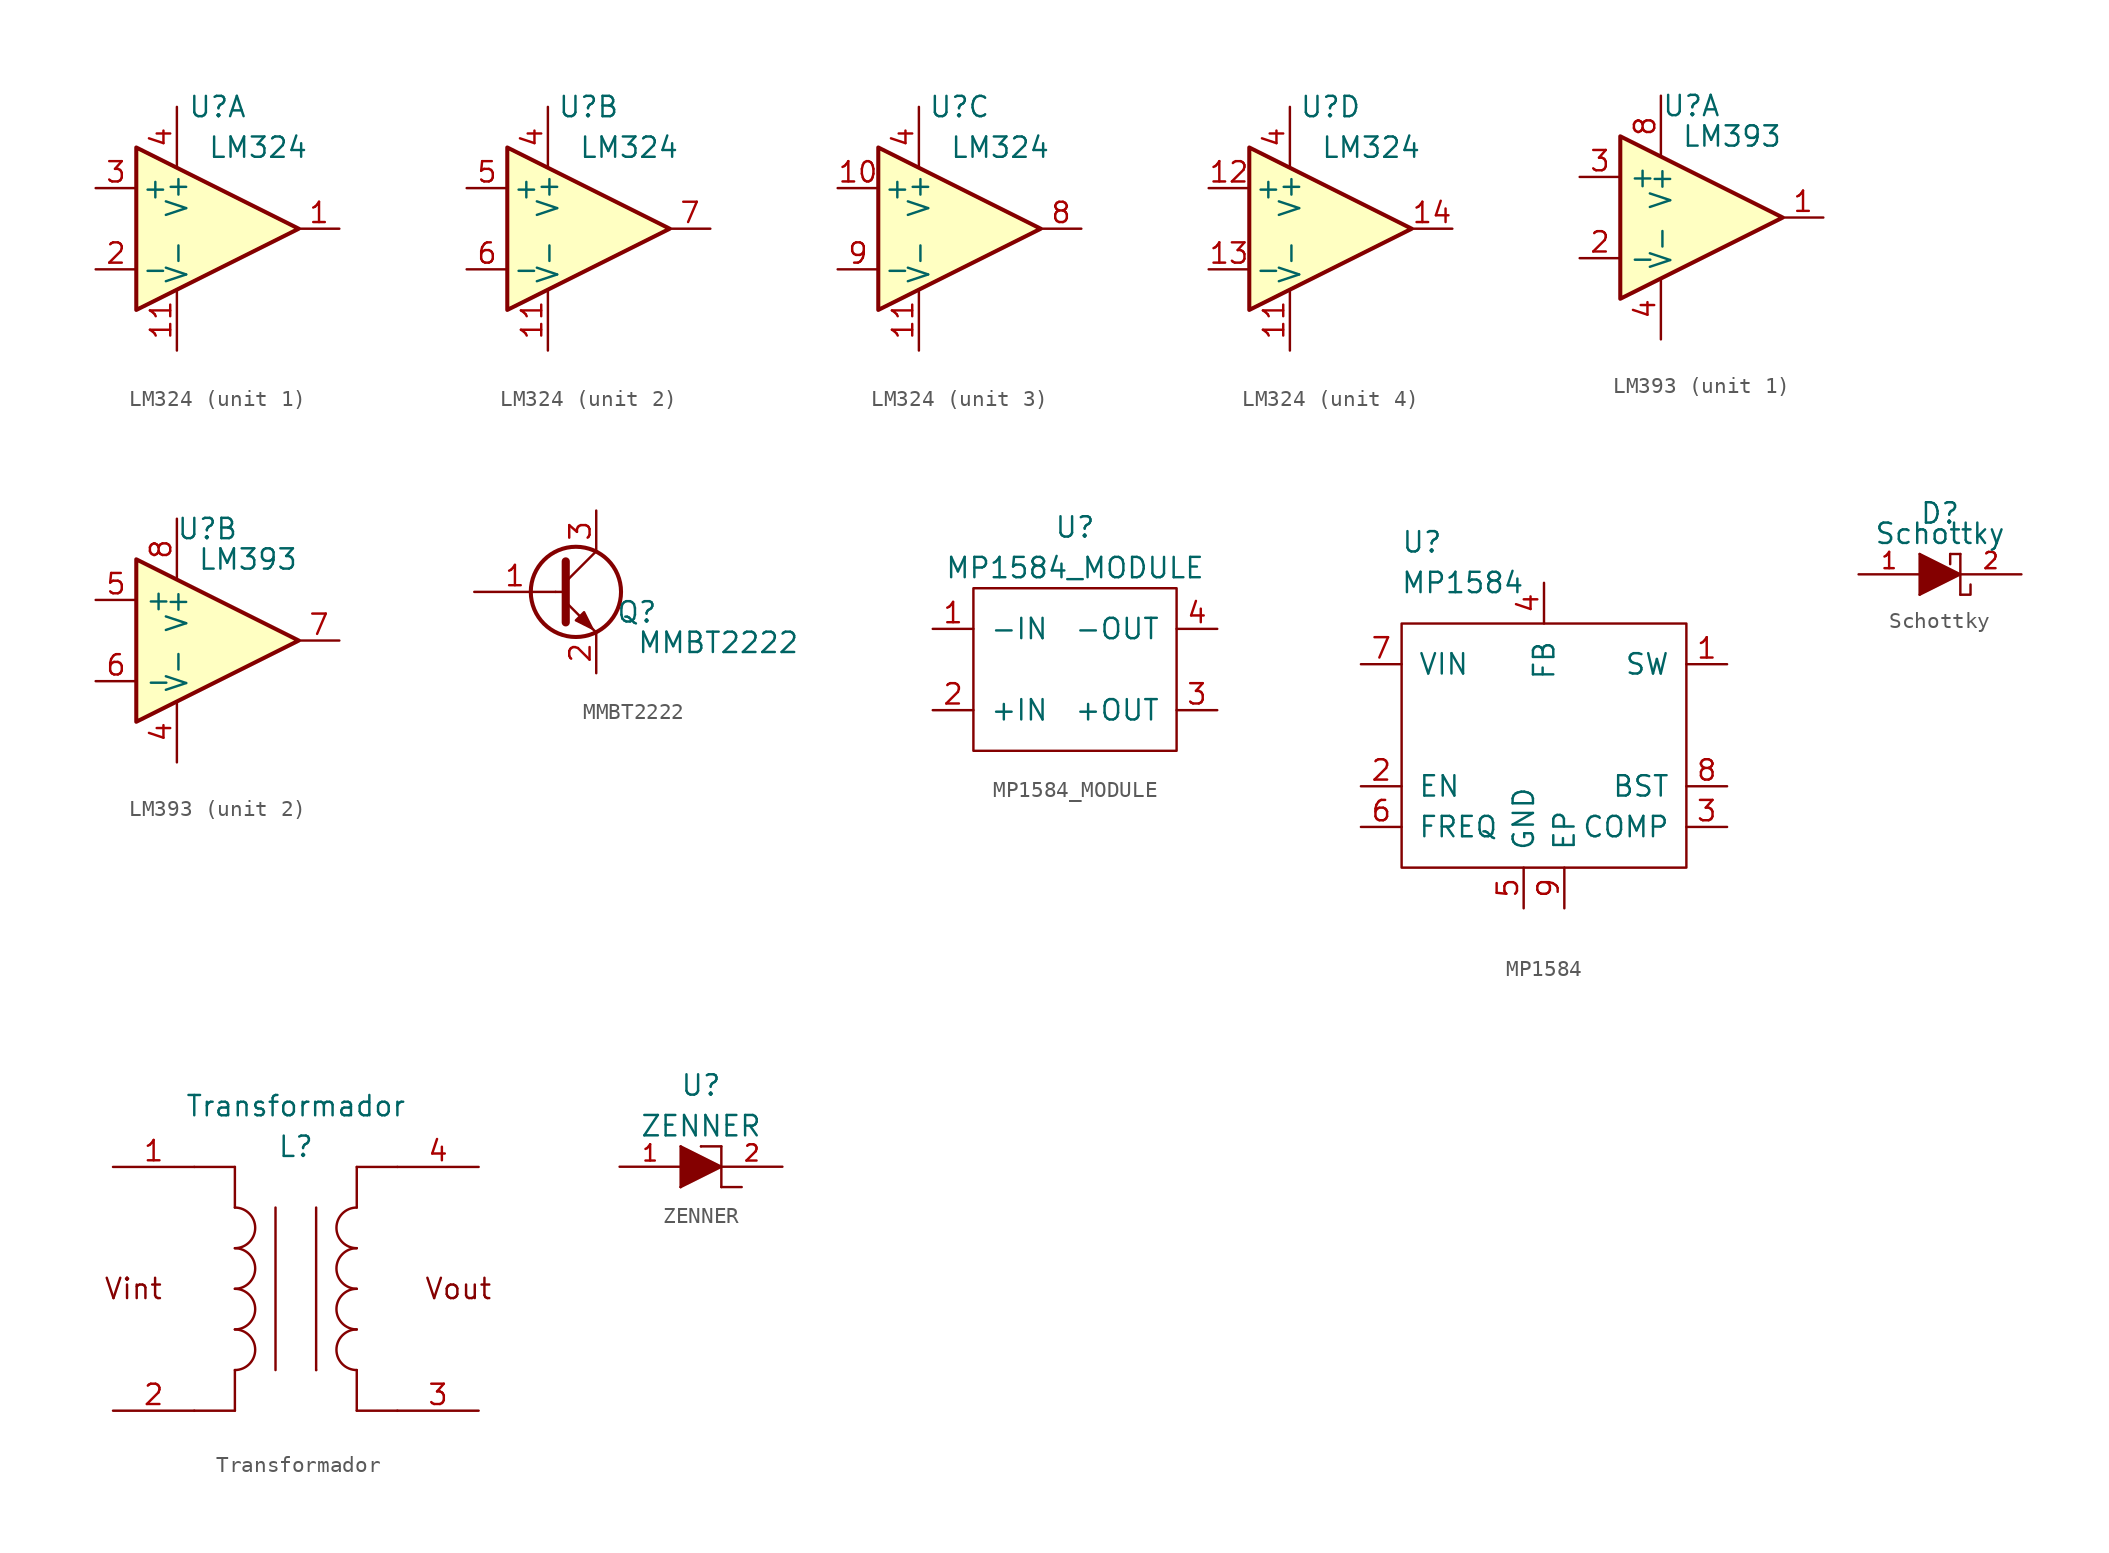
<source format=kicad_sym>
(kicad_symbol_lib
  (version 20211014)
  (generator kicad_symbol_editor)
  (symbol "LM324"
    (pin_names
      (offset 0.305))
    (property "Reference" "U"
      (at 0 7.62 0)
      (effects (font (size 1.27 1.27))))
    (property "Value" "LM324"
      (at 2.54 5.08 0)
      (effects (font (size 1.27 1.27))))
    (symbol "LM324_1_1"
      (polyline (pts (xy -5.08 5.08) (xy 5.08 0) (xy -5.08 -5.08) (xy -5.08 5.08)) (stroke (width 0.254) (type default) (color 0 0 0 0)) (fill (type background)))
      (pin output line (at 7.62 0 180) (length 2.54) (name "~" (effects (font (size 1.27 1.27)))) (number "1" (effects (font (size 1.27 1.27)))))
      (pin passive line (at -2.54 -7.62 90) (length 3.81) (name "V-" (effects (font (size 1.27 1.27)))) (number "11" (effects (font (size 1.27 1.27)))))
      (pin input line (at -7.62 -2.54 0) (length 2.54) (name "-" (effects (font (size 1.27 1.27)))) (number "2" (effects (font (size 1.27 1.27)))))
      (pin input line (at -7.62 2.54 0) (length 2.54) (name "+" (effects (font (size 1.27 1.27)))) (number "3" (effects (font (size 1.27 1.27)))))
      (pin passive line (at -2.54 7.62 270) (length 3.81) (name "V+" (effects (font (size 1.27 1.27)))) (number "4" (effects (font (size 1.27 1.27))))))
    (symbol "LM324_2_1"
      (polyline (pts (xy -5.08 5.08) (xy 5.08 0) (xy -5.08 -5.08) (xy -5.08 5.08)) (stroke (width 0.254) (type default) (color 0 0 0 0)) (fill (type background)))
      (pin passive line (at -2.54 -7.62 90) (length 3.81) (name "V-" (effects (font (size 1.27 1.27)))) (number "11" (effects (font (size 1.27 1.27)))))
      (pin passive line (at -2.54 7.62 270) (length 3.81) (name "V+" (effects (font (size 1.27 1.27)))) (number "4" (effects (font (size 1.27 1.27)))))
      (pin input line (at -7.62 2.54 0) (length 2.54) (name "+" (effects (font (size 1.27 1.27)))) (number "5" (effects (font (size 1.27 1.27)))))
      (pin input line (at -7.62 -2.54 0) (length 2.54) (name "-" (effects (font (size 1.27 1.27)))) (number "6" (effects (font (size 1.27 1.27)))))
      (pin output line (at 7.62 0 180) (length 2.54) (name "~" (effects (font (size 1.27 1.27)))) (number "7" (effects (font (size 1.27 1.27))))))
    (symbol "LM324_3_1"
      (polyline (pts (xy -5.08 5.08) (xy 5.08 0) (xy -5.08 -5.08) (xy -5.08 5.08)) (stroke (width 0.254) (type default) (color 0 0 0 0)) (fill (type background)))
      (pin input line (at -7.62 2.54 0) (length 2.54) (name "+" (effects (font (size 1.27 1.27)))) (number "10" (effects (font (size 1.27 1.27)))))
      (pin passive line (at -2.54 -7.62 90) (length 3.81) (name "V-" (effects (font (size 1.27 1.27)))) (number "11" (effects (font (size 1.27 1.27)))))
      (pin passive line (at -2.54 7.62 270) (length 3.81) (name "V+" (effects (font (size 1.27 1.27)))) (number "4" (effects (font (size 1.27 1.27)))))
      (pin output line (at 7.62 0 180) (length 2.54) (name "~" (effects (font (size 1.27 1.27)))) (number "8" (effects (font (size 1.27 1.27)))))
      (pin input line (at -7.62 -2.54 0) (length 2.54) (name "-" (effects (font (size 1.27 1.27)))) (number "9" (effects (font (size 1.27 1.27))))))
    (symbol "LM324_4_1"
      (polyline (pts (xy -5.08 5.08) (xy 5.08 0) (xy -5.08 -5.08) (xy -5.08 5.08)) (stroke (width 0.254) (type default) (color 0 0 0 0)) (fill (type background)))
      (pin passive line (at -2.54 -7.62 90) (length 3.81) (name "V-" (effects (font (size 1.27 1.27)))) (number "11" (effects (font (size 1.27 1.27)))))
      (pin input line (at -7.62 2.54 0) (length 2.54) (name "+" (effects (font (size 1.27 1.27)))) (number "12" (effects (font (size 1.27 1.27)))))
      (pin input line (at -7.62 -2.54 0) (length 2.54) (name "-" (effects (font (size 1.27 1.27)))) (number "13" (effects (font (size 1.27 1.27)))))
      (pin output line (at 7.62 0 180) (length 2.54) (name "~" (effects (font (size 1.27 1.27)))) (number "14" (effects (font (size 1.27 1.27)))))
      (pin passive line (at -2.54 7.62 270) (length 3.81) (name "V+" (effects (font (size 1.27 1.27)))) (number "4" (effects (font (size 1.27 1.27)))))))
  (symbol "LM393"
    (property "Reference" "U"
      (at 1.905 6.985 0)
      (effects (font (size 1.27 1.27))))
    (property "Value" "LM393"
      (at 4.445 5.08 0)
      (effects (font (size 1.27 1.27))))
    (symbol "LM393_1_1"
      (polyline (pts (xy -2.54 5.08) (xy 7.62 0) (xy -2.54 -5.08) (xy -2.54 5.08)) (stroke (width 0.254) (type default) (color 0 0 0 0)) (fill (type background)))
      (pin output line (at 10.16 0 180) (length 2.54) (name "~" (effects (font (size 1.27 1.27)))) (number "1" (effects (font (size 1.27 1.27)))))
      (pin input line (at -5.08 -2.54 0) (length 2.54) (name "-" (effects (font (size 1.27 1.27)))) (number "2" (effects (font (size 1.27 1.27)))))
      (pin input line (at -5.08 2.54 0) (length 2.54) (name "+" (effects (font (size 1.27 1.27)))) (number "3" (effects (font (size 1.27 1.27)))))
      (pin passive line (at 0 -7.62 90) (length 3.81) (name "V-" (effects (font (size 1.27 1.27)))) (number "4" (effects (font (size 1.27 1.27)))))
      (pin passive line (at 0 7.62 270) (length 3.81) (name "V+" (effects (font (size 1.27 1.27)))) (number "8" (effects (font (size 1.27 1.27))))))
    (symbol "LM393_2_1"
      (polyline (pts (xy -2.54 5.08) (xy 7.62 0) (xy -2.54 -5.08) (xy -2.54 5.08)) (stroke (width 0.254) (type default) (color 0 0 0 0)) (fill (type background)))
      (pin passive line (at 0 -7.62 90) (length 3.81) (name "V-" (effects (font (size 1.27 1.27)))) (number "4" (effects (font (size 1.27 1.27)))))
      (pin input line (at -5.08 2.54 0) (length 2.54) (name "+" (effects (font (size 1.27 1.27)))) (number "5" (effects (font (size 1.27 1.27)))))
      (pin input line (at -5.08 -2.54 0) (length 2.54) (name "-" (effects (font (size 1.27 1.27)))) (number "6" (effects (font (size 1.27 1.27)))))
      (pin output line (at 10.16 0 180) (length 2.54) (name "~" (effects (font (size 1.27 1.27)))) (number "7" (effects (font (size 1.27 1.27)))))
      (pin passive line (at 0 7.62 270) (length 3.81) (name "V+" (effects (font (size 1.27 1.27)))) (number "8" (effects (font (size 1.27 1.27)))))))
  (symbol "MMBT2222"
    (pin_names hide)
    (property "Reference" "Q"
      (at 3.81 -1.27 0)
      (effects (font (size 1.27 1.27))))
    (property "Value" "MMBT2222"
      (at 8.89 -3.175 0)
      (effects (font (size 1.27 1.27))))
    (symbol "MMBT2222_0_1"
      (polyline (pts (xy -1.27 0) (xy -0.635 0)) (stroke (width 0) (type default) (color 0 0 0 0)) (fill (type none)))
      (polyline (pts (xy -0.635 0.635) (xy 1.27 2.54)) (stroke (width 0) (type default) (color 0 0 0 0)) (fill (type none)))
      (polyline (pts (xy -0.635 -0.635) (xy 1.27 -2.54) (xy 1.27 -2.54)) (stroke (width 0) (type default) (color 0 0 0 0)) (fill (type none)))
      (polyline (pts (xy -0.635 1.905) (xy -0.635 -1.905) (xy -0.635 -1.905)) (stroke (width 0.508) (type default) (color 0 0 0 0)) (fill (type none)))
      (polyline (pts (xy 0 -1.778) (xy 0.508 -1.27) (xy 1.016 -2.286) (xy 0 -1.778) (xy 0 -1.778)) (stroke (width 0) (type default) (color 0 0 0 0)) (fill (type outline)))
      (circle (center 0 0) (radius 2.819) (stroke (width 0.254) (type default) (color 0 0 0 0)) (fill (type none))))
    (symbol "MMBT2222_1_1"
      (pin input line (at -6.35 0 0) (length 5.08) (name "B" (effects (font (size 1.27 1.27)))) (number "1" (effects (font (size 1.27 1.27)))))
      (pin passive line (at 1.27 -5.08 90) (length 2.54) (name "E" (effects (font (size 1.27 1.27)))) (number "2" (effects (font (size 1.27 1.27)))))
      (pin passive line (at 1.27 5.08 270) (length 2.54) (name "C" (effects (font (size 1.27 1.27)))) (number "3" (effects (font (size 1.27 1.27)))))))
  (symbol "MP1584_MODULE"
    (pin_names
      (offset 1.016))
    (property "Reference" "U"
      (at 0 8.89 0)
      (effects (font (size 1.27 1.27))))
    (property "Value" "MP1584_MODULE"
      (at 0 6.35 0)
      (effects (font (size 1.27 1.27))))
    (symbol "MP1584_MODULE_0_1"
      (rectangle (start -6.35 5.08) (end 6.35 -5.08) (stroke (width 0) (type default) (color 0 0 0 0)) (fill (type none))))
    (symbol "MP1584_MODULE_1_1"
      (pin power_in line (at -8.89 2.54 0) (length 2.54) (name "-IN" (effects (font (size 1.27 1.27)))) (number "1" (effects (font (size 1.27 1.27)))))
      (pin power_in line (at -8.89 -2.54 0) (length 2.54) (name "+IN" (effects (font (size 1.27 1.27)))) (number "2" (effects (font (size 1.27 1.27)))))
      (pin power_out line (at 8.89 -2.54 180) (length 2.54) (name "+OUT" (effects (font (size 1.27 1.27)))) (number "3" (effects (font (size 1.27 1.27)))))
      (pin power_out line (at 8.89 2.54 180) (length 2.54) (name "-OUT" (effects (font (size 1.27 1.27)))) (number "4" (effects (font (size 1.27 1.27)))))))
  (symbol "MP1584"
    (pin_names
      (offset 1.016))
    (property "Reference" "U"
      (at -6.35 12.7 0)
      (effects (font (size 1.27 1.27))))
    (property "Value" "MP1584"
      (at -3.81 10.16 0)
      (effects (font (size 1.27 1.27))))
    (symbol "MP1584_0_1"
      (rectangle (start -7.62 7.62) (end 10.16 -7.62) (stroke (width 0) (type default) (color 0 0 0 0)) (fill (type none))))
    (symbol "MP1584_1_1"
      (pin input line (at 12.7 5.08 180) (length 2.54) (name "SW" (effects (font (size 1.27 1.27)))) (number "1" (effects (font (size 1.27 1.27)))))
      (pin input line (at -10.16 -2.54 0) (length 2.54) (name "EN" (effects (font (size 1.27 1.27)))) (number "2" (effects (font (size 1.27 1.27)))))
      (pin input line (at 12.7 -5.08 180) (length 2.54) (name "COMP" (effects (font (size 1.27 1.27)))) (number "3" (effects (font (size 1.27 1.27)))))
      (pin input line (at 1.27 10.16 270) (length 2.54) (name "FB" (effects (font (size 1.27 1.27)))) (number "4" (effects (font (size 1.27 1.27)))))
      (pin input line (at 0 -10.16 90) (length 2.54) (name "GND" (effects (font (size 1.27 1.27)))) (number "5" (effects (font (size 1.27 1.27)))))
      (pin input line (at -10.16 -5.08 0) (length 2.54) (name "FREQ" (effects (font (size 1.27 1.27)))) (number "6" (effects (font (size 1.27 1.27)))))
      (pin input line (at -10.16 5.08 0) (length 2.54) (name "VIN" (effects (font (size 1.27 1.27)))) (number "7" (effects (font (size 1.27 1.27)))))
      (pin input line (at 12.7 -2.54 180) (length 2.54) (name "BST" (effects (font (size 1.27 1.27)))) (number "8" (effects (font (size 1.27 1.27)))))
      (pin input line (at 2.54 -10.16 90) (length 2.54) (name "EP" (effects (font (size 1.27 1.27)))) (number "9" (effects (font (size 1.27 1.27)))))))
  (symbol "Schottky"
    (pin_names
      (offset 1.016) hide)
    (property "Reference" "D"
      (at 0 3.81 0)
      (effects (font (size 1.27 1.27))))
    (property "Value" "Schottky"
      (at 0 2.54 0)
      (effects (font (size 1.27 1.27))))
    (symbol "Schottky_0_1"
      (polyline (pts (xy -1.27 1.27) (xy -1.27 -1.27)) (stroke (width 0) (type default) (color 0 0 0 0)) (fill (type none)))
      (polyline (pts (xy 0.635 0.635) (xy 0.635 1.27)) (stroke (width 0) (type default) (color 0 0 0 0)) (fill (type none)))
      (polyline (pts (xy 1.27 1.27) (xy 0.635 1.27)) (stroke (width 0) (type default) (color 0 0 0 0)) (fill (type none)))
      (polyline (pts (xy 1.27 -1.27) (xy 1.905 -1.27) (xy 1.905 -0.635)) (stroke (width 0) (type default) (color 0 0 0 0)) (fill (type none))))
    (symbol "Schottky_1_1"
      (polyline (pts (xy 1.27 1.27) (xy 1.27 -1.27)) (stroke (width 0.152) (type default) (color 0 0 0 0)) (fill (type none)))
      (polyline (pts (xy -1.27 1.27) (xy 1.27 0) (xy -1.27 -1.27)) (stroke (width 0) (type default) (color 0 0 0 0)) (fill (type outline)))
      (pin passive line (at -5.08 0 0) (length 3.81) (name "A" (effects (font (size 1.016 1.016)))) (number "1" (effects (font (size 1.016 1.016)))))
      (pin passive line (at 5.08 0 180) (length 3.81) (name "K" (effects (font (size 1.016 1.016)))) (number "2" (effects (font (size 1.016 1.016)))))))
  (symbol "Transformador"
    (pin_names
      (offset 1.016) hide)
    (property "Reference" "L"
      (at 0 8.89 0)
      (effects (font (size 1.27 1.27))))
    (property "Value" "Transformador"
      (at 0 11.43 0)
      (effects (font (size 1.27 1.27))))
    (symbol "Transformador_0_0"
      (text "Vint" (at -10.16 0 0) (effects (font (size 1.27 1.27))))
      (text "Vout" (at 10.16 0 0) (effects (font (size 1.27 1.27))))
      (pin passive line (at -11.43 7.62 0) (length 5.08) (name "A" (effects (font (size 1.27 1.27)))) (number "1" (effects (font (size 1.27 1.27)))))
      (pin passive line (at -11.43 -7.62 0) (length 5.08) (name "B" (effects (font (size 1.27 1.27)))) (number "2" (effects (font (size 1.27 1.27)))))
      (pin passive line (at 11.43 -7.62 180) (length 5.08) (name "C" (effects (font (size 1.27 1.27)))) (number "3" (effects (font (size 1.27 1.27)))))
      (pin passive line (at 11.43 7.62 180) (length 5.08) (name "D" (effects (font (size 1.27 1.27)))) (number "4" (effects (font (size 1.27 1.27))))))
    (symbol "Transformador_0_1"
      (rectangle (start -6.35 7.62) (end -3.81 7.62) (stroke (width 0) (type default) (color 0 0 0 0)) (fill (type none)))
      (rectangle (start -3.81 -7.62) (end -6.35 -7.62) (stroke (width 0) (type default) (color 0 0 0 0)) (fill (type none)))
      (rectangle (start -3.81 -5.08) (end -3.81 -7.62) (stroke (width 0) (type default) (color 0 0 0 0)) (fill (type none)))
      (arc (start -3.81 -5.08) (mid -2.54 -3.81) (end -3.81 -2.54) (stroke (width 0) (type default) (color 0 0 0 0)) (fill (type none)))
      (arc (start -3.81 -2.54) (mid -2.54 -1.27) (end -3.81 0) (stroke (width 0) (type default) (color 0 0 0 0)) (fill (type none)))
      (arc (start -3.81 0) (mid -2.54 1.27) (end -3.81 2.54) (stroke (width 0) (type default) (color 0 0 0 0)) (fill (type none)))
      (arc (start -3.81 2.54) (mid -2.54 3.81) (end -3.81 5.08) (stroke (width 0) (type default) (color 0 0 0 0)) (fill (type none)))
      (rectangle (start -3.81 5.08) (end -3.81 7.62) (stroke (width 0) (type default) (color 0 0 0 0)) (fill (type none)))
      (rectangle (start -1.27 -5.08) (end -1.27 5.08) (stroke (width 0) (type default) (color 0 0 0 0)) (fill (type none)))
      (rectangle (start 1.27 -5.08) (end 1.27 -5.08) (stroke (width 0) (type default) (color 0 0 0 0)) (fill (type none)))
      (rectangle (start 1.27 5.08) (end 1.27 -5.08) (stroke (width 0) (type default) (color 0 0 0 0)) (fill (type none)))
      (rectangle (start 3.81 -5.08) (end 3.81 -7.62) (stroke (width 0) (type default) (color 0 0 0 0)) (fill (type none)))
      (arc (start 3.81 -2.54) (mid 2.54 -3.81) (end 3.81 -5.08) (stroke (width 0) (type default) (color 0 0 0 0)) (fill (type none)))
      (arc (start 3.81 0) (mid 2.54 -1.27) (end 3.81 -2.54) (stroke (width 0) (type default) (color 0 0 0 0)) (fill (type none)))
      (arc (start 3.81 2.54) (mid 2.54 1.27) (end 3.81 0) (stroke (width 0) (type default) (color 0 0 0 0)) (fill (type none)))
      (arc (start 3.81 5.08) (mid 2.54 3.81) (end 3.81 2.54) (stroke (width 0) (type default) (color 0 0 0 0)) (fill (type none)))
      (rectangle (start 3.81 5.08) (end 3.81 7.62) (stroke (width 0) (type default) (color 0 0 0 0)) (fill (type none)))
      (rectangle (start 3.81 7.62) (end 6.35 7.62) (stroke (width 0) (type default) (color 0 0 0 0)) (fill (type none)))
      (rectangle (start 6.35 -7.62) (end 3.81 -7.62) (stroke (width 0) (type default) (color 0 0 0 0)) (fill (type none)))))
  (symbol "ZENNER"
    (pin_names
      (offset 1.016) hide)
    (property "Reference" "U"
      (at 0 5.08 0)
      (effects (font (size 1.27 1.27))))
    (property "Value" "ZENNER"
      (at 0 2.54 0)
      (effects (font (size 1.27 1.27))))
    (symbol "ZENNER_0_1"
      (rectangle (start -1.27 -1.27) (end -1.27 -1.27) (stroke (width 0) (type default) (color 0 0 0 0)) (fill (type none)))
      (rectangle (start -1.27 1.27) (end -1.27 -1.27) (stroke (width 0) (type default) (color 0 0 0 0)) (fill (type none)))
      (rectangle (start 0 1.27) (end 0 1.27) (stroke (width 0) (type default) (color 0 0 0 0)) (fill (type none)))
      (rectangle (start 1.27 -1.27) (end 2.54 -1.27) (stroke (width 0) (type default) (color 0 0 0 0)) (fill (type none)))
      (rectangle (start 1.27 1.27) (end 0 1.27) (stroke (width 0) (type default) (color 0 0 0 0)) (fill (type none))))
    (symbol "ZENNER_1_1"
      (polyline (pts (xy 1.27 1.27) (xy 1.27 -1.27)) (stroke (width 0.152) (type default) (color 0 0 0 0)) (fill (type none)))
      (polyline (pts (xy -1.27 1.27) (xy 1.27 0) (xy -1.27 -1.27)) (stroke (width 0) (type default) (color 0 0 0 0)) (fill (type outline)))
      (pin passive line (at -5.08 0 0) (length 3.81) (name "A" (effects (font (size 1.016 1.016)))) (number "1" (effects (font (size 1.016 1.016)))))
      (pin passive line (at 5.08 0 180) (length 3.81) (name "K" (effects (font (size 1.016 1.016)))) (number "2" (effects (font (size 1.016 1.016))))))))
</source>
